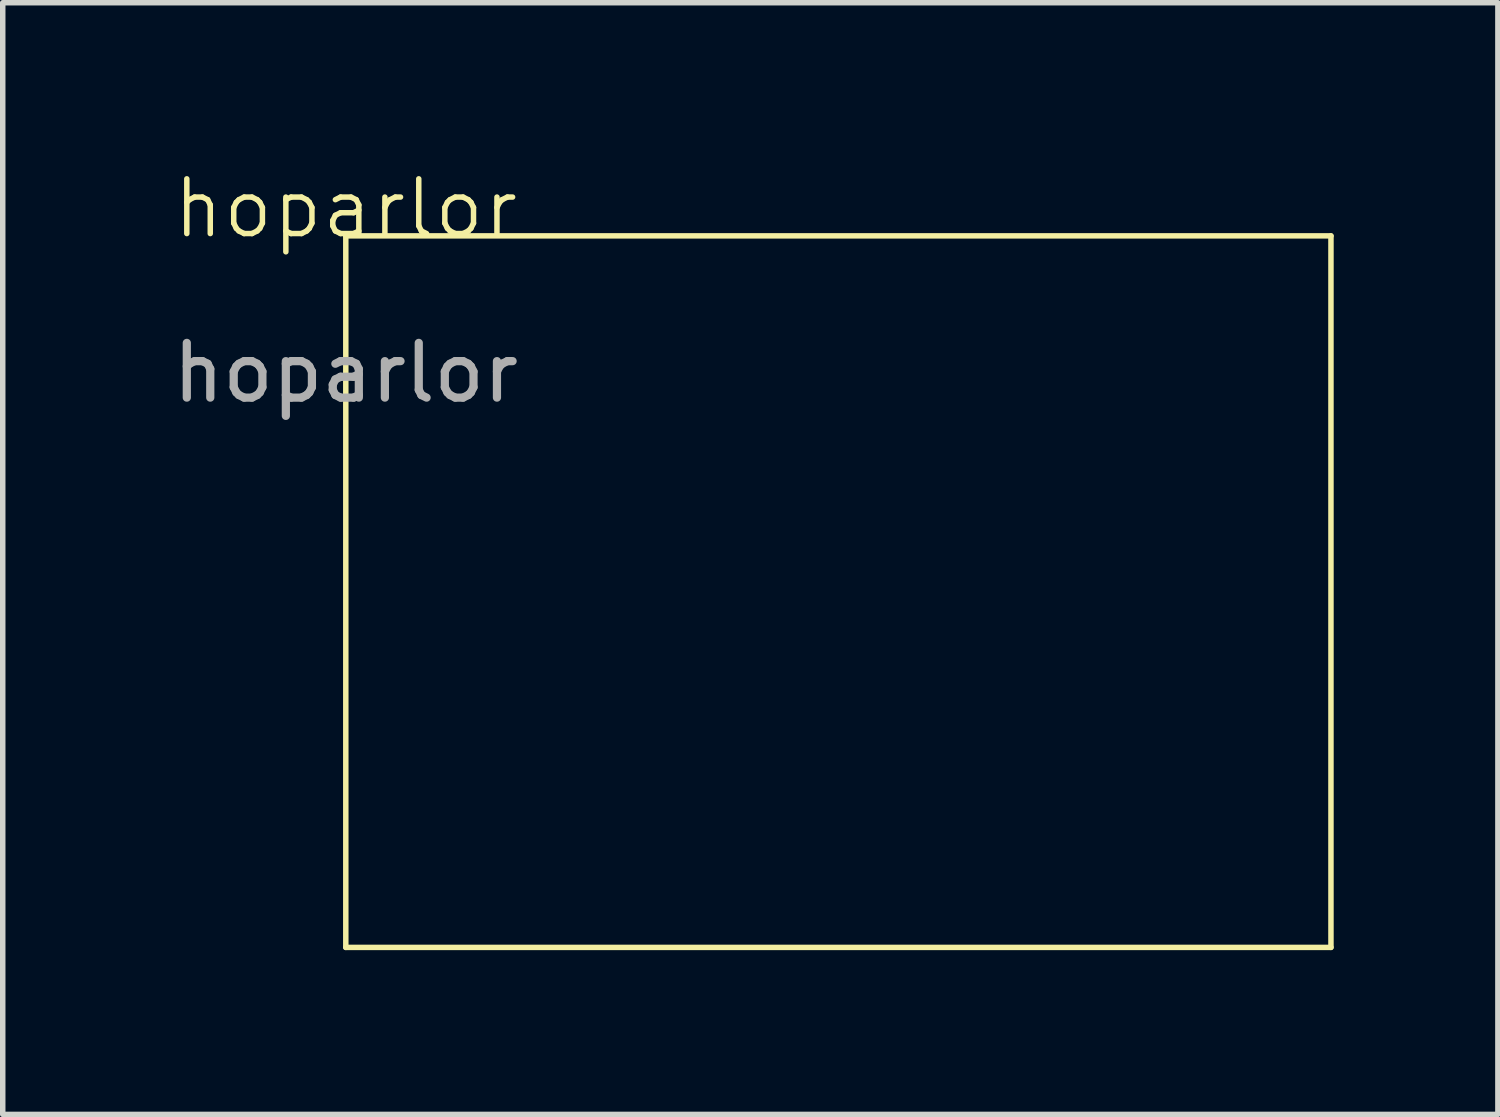
<source format=kicad_pcb>
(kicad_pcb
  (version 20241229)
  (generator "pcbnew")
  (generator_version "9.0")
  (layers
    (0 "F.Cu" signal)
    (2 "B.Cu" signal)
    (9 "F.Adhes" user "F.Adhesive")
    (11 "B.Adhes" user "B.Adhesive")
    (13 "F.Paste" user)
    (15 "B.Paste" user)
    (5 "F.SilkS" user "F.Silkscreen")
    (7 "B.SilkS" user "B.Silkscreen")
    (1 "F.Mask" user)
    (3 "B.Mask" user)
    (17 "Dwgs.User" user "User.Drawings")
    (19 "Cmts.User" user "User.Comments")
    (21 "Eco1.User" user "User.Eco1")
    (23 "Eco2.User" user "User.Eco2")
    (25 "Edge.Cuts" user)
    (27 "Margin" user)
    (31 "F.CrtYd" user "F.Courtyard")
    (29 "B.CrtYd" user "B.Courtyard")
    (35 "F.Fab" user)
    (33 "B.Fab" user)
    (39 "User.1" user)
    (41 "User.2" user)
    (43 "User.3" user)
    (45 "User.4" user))
  (footprint "hoparlor"
    (layer "F.Cu")
    (at 3.268 1.26)
    (property "Reference" "hoparlor" (at 0 -0.5 0) (unlocked yes) (layer "F.SilkS") (effects (font (size 1 1) (thickness 0.1))))
    (attr smd)
    (fp_line (start 0 0) (end 18 0) (stroke (width 0.1) (type default)) (layer "F.SilkS"))
    (fp_line (start 0 13) (end 0 0) (stroke (width 0.1) (type default)) (layer "F.SilkS"))
    (fp_line (start 18 0) (end 18 13) (stroke (width 0.1) (type default)) (layer "F.SilkS"))
    (fp_line (start 18 13) (end 0 13) (stroke (width 0.1) (type default)) (layer "F.SilkS"))
    (fp_text user "${REFERENCE}" (at 0 2.5 0) (unlocked yes) (layer "F.Fab") (effects (font (size 1 1) (thickness 0.15)))))
  (gr_rect
    (start -3 -3)
    (end 24.318 17.311)
    (stroke (width 0.1) (type default))
    (fill no)
    (layer "Edge.Cuts")))
</source>
